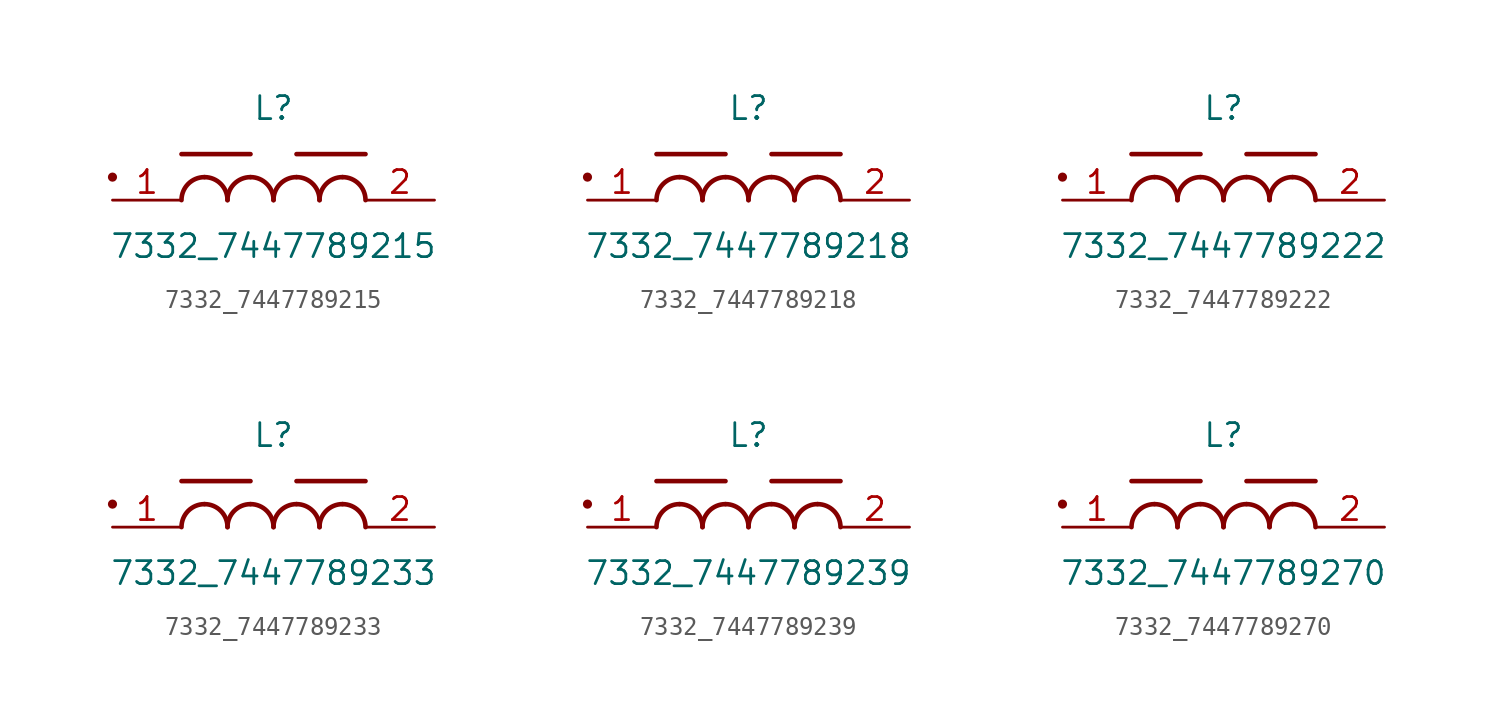
<source format=kicad_sym>
(kicad_symbol_lib
  (version 20211014)
  (generator kicad_symbol_editor)
  (symbol "Inductor_Wurth_WE-PD:7332_7447789215"
    (pin_names hide)
    (property "Reference" "L"
      (at 0 5.08 0)
      (effects (font (size 1.27 1.27))))
    (property "Value" "7332_7447789215"
      (at 0 -2.54 0)
      (effects (font (size 1.27 1.27))))
    (symbol "7332_7447789215_0_1"
      (circle (center -8.89 1.27) (radius 0.0001) (stroke (width 0.254)) (stroke (width 0.254) (type default) (color 0 0 0 0)) (fill (type none)))
      (arc (start -3.81 1.27) (mid -4.708 0.898) (end -5.08 0) (stroke (width 0.254) (type default) (color 0 0 0 0)) (fill (type none)))
      (arc (start -2.54 0) (mid -2.912 0.898) (end -3.81 1.27) (stroke (width 0.254) (type default) (color 0 0 0 0)) (fill (type none)))
      (arc (start -1.2699 1.2701) (mid -2.1679 0.8981) (end -2.5399 0.0001) (stroke (width 0.254) (type default) (color 0 0 0 0)) (fill (type none)))
      (polyline (pts (xy -5.08 2.54) (xy -1.27 2.54)) (stroke (width 0.254) (type default) (color 0 0 0 0)) (fill (type none)))
      (polyline (pts (xy 5.08 2.54) (xy 1.27 2.54)) (stroke (width 0.254) (type default) (color 0 0 0 0)) (fill (type none)))
      (arc (start 0.0001 0.0001) (mid -0.3719 0.8981) (end -1.2699 1.2701) (stroke (width 0.254) (type default) (color 0 0 0 0)) (fill (type none)))
      (arc (start 1.2701 1.2701) (mid 0.3721 0.8981) (end 0.0001 0.0001) (stroke (width 0.254) (type default) (color 0 0 0 0)) (fill (type none)))
      (arc (start 2.5401 0.0001) (mid 2.1681 0.8981) (end 1.2701 1.2701) (stroke (width 0.254) (type default) (color 0 0 0 0)) (fill (type none)))
      (arc (start 3.8101 1.2701) (mid 2.9121 0.8981) (end 2.5401 0.0001) (stroke (width 0.254) (type default) (color 0 0 0 0)) (fill (type none)))
      (arc (start 5.0801 0.0001) (mid 4.7081 0.8981) (end 3.8101 1.2701) (stroke (width 0.254) (type default) (color 0 0 0 0)) (fill (type none))))
    (symbol "7332_7447789215_1_1"
      (pin passive line (at -8.89 0 0) (length 3.81) (name "1" (effects (font (size 1.27 1.27)))) (number "1" (effects (font (size 1.27 1.27)))))
      (pin passive line (at 8.89 0 180) (length 3.81) (name "2" (effects (font (size 1.27 1.27)))) (number "2" (effects (font (size 1.27 1.27)))))))
  (symbol "Inductor_Wurth_WE-PD:7332_7447789218"
    (pin_names hide)
    (property "Reference" "L"
      (at 0 5.08 0)
      (effects (font (size 1.27 1.27))))
    (property "Value" "7332_7447789218"
      (at 0 -2.54 0)
      (effects (font (size 1.27 1.27))))
    (symbol "7332_7447789218_0_1"
      (circle (center -8.89 1.27) (radius 0.0001) (stroke (width 0.254)) (stroke (width 0.254) (type default) (color 0 0 0 0)) (fill (type none)))
      (arc (start -3.81 1.27) (mid -4.708 0.898) (end -5.08 0) (stroke (width 0.254) (type default) (color 0 0 0 0)) (fill (type none)))
      (arc (start -2.54 0) (mid -2.912 0.898) (end -3.81 1.27) (stroke (width 0.254) (type default) (color 0 0 0 0)) (fill (type none)))
      (arc (start -1.2699 1.2701) (mid -2.1679 0.8981) (end -2.5399 0.0001) (stroke (width 0.254) (type default) (color 0 0 0 0)) (fill (type none)))
      (polyline (pts (xy -5.08 2.54) (xy -1.27 2.54)) (stroke (width 0.254) (type default) (color 0 0 0 0)) (fill (type none)))
      (polyline (pts (xy 5.08 2.54) (xy 1.27 2.54)) (stroke (width 0.254) (type default) (color 0 0 0 0)) (fill (type none)))
      (arc (start 0.0001 0.0001) (mid -0.3719 0.8981) (end -1.2699 1.2701) (stroke (width 0.254) (type default) (color 0 0 0 0)) (fill (type none)))
      (arc (start 1.2701 1.2701) (mid 0.3721 0.8981) (end 0.0001 0.0001) (stroke (width 0.254) (type default) (color 0 0 0 0)) (fill (type none)))
      (arc (start 2.5401 0.0001) (mid 2.1681 0.8981) (end 1.2701 1.2701) (stroke (width 0.254) (type default) (color 0 0 0 0)) (fill (type none)))
      (arc (start 3.8101 1.2701) (mid 2.9121 0.8981) (end 2.5401 0.0001) (stroke (width 0.254) (type default) (color 0 0 0 0)) (fill (type none)))
      (arc (start 5.0801 0.0001) (mid 4.7081 0.8981) (end 3.8101 1.2701) (stroke (width 0.254) (type default) (color 0 0 0 0)) (fill (type none))))
    (symbol "7332_7447789218_1_1"
      (pin passive line (at -8.89 0 0) (length 3.81) (name "1" (effects (font (size 1.27 1.27)))) (number "1" (effects (font (size 1.27 1.27)))))
      (pin passive line (at 8.89 0 180) (length 3.81) (name "2" (effects (font (size 1.27 1.27)))) (number "2" (effects (font (size 1.27 1.27)))))))
  (symbol "Inductor_Wurth_WE-PD:7332_7447789222"
    (pin_names hide)
    (property "Reference" "L"
      (at 0 5.08 0)
      (effects (font (size 1.27 1.27))))
    (property "Value" "7332_7447789222"
      (at 0 -2.54 0)
      (effects (font (size 1.27 1.27))))
    (symbol "7332_7447789222_0_1"
      (circle (center -8.89 1.27) (radius 0.0001) (stroke (width 0.254)) (stroke (width 0.254) (type default) (color 0 0 0 0)) (fill (type none)))
      (arc (start -3.81 1.27) (mid -4.708 0.898) (end -5.08 0) (stroke (width 0.254) (type default) (color 0 0 0 0)) (fill (type none)))
      (arc (start -2.54 0) (mid -2.912 0.898) (end -3.81 1.27) (stroke (width 0.254) (type default) (color 0 0 0 0)) (fill (type none)))
      (arc (start -1.2699 1.2701) (mid -2.1679 0.8981) (end -2.5399 0.0001) (stroke (width 0.254) (type default) (color 0 0 0 0)) (fill (type none)))
      (polyline (pts (xy -5.08 2.54) (xy -1.27 2.54)) (stroke (width 0.254) (type default) (color 0 0 0 0)) (fill (type none)))
      (polyline (pts (xy 5.08 2.54) (xy 1.27 2.54)) (stroke (width 0.254) (type default) (color 0 0 0 0)) (fill (type none)))
      (arc (start 0.0001 0.0001) (mid -0.3719 0.8981) (end -1.2699 1.2701) (stroke (width 0.254) (type default) (color 0 0 0 0)) (fill (type none)))
      (arc (start 1.2701 1.2701) (mid 0.3721 0.8981) (end 0.0001 0.0001) (stroke (width 0.254) (type default) (color 0 0 0 0)) (fill (type none)))
      (arc (start 2.5401 0.0001) (mid 2.1681 0.8981) (end 1.2701 1.2701) (stroke (width 0.254) (type default) (color 0 0 0 0)) (fill (type none)))
      (arc (start 3.8101 1.2701) (mid 2.9121 0.8981) (end 2.5401 0.0001) (stroke (width 0.254) (type default) (color 0 0 0 0)) (fill (type none)))
      (arc (start 5.0801 0.0001) (mid 4.7081 0.8981) (end 3.8101 1.2701) (stroke (width 0.254) (type default) (color 0 0 0 0)) (fill (type none))))
    (symbol "7332_7447789222_1_1"
      (pin passive line (at -8.89 0 0) (length 3.81) (name "1" (effects (font (size 1.27 1.27)))) (number "1" (effects (font (size 1.27 1.27)))))
      (pin passive line (at 8.89 0 180) (length 3.81) (name "2" (effects (font (size 1.27 1.27)))) (number "2" (effects (font (size 1.27 1.27)))))))
  (symbol "Inductor_Wurth_WE-PD:7332_7447789233"
    (pin_names hide)
    (property "Reference" "L"
      (at 0 5.08 0)
      (effects (font (size 1.27 1.27))))
    (property "Value" "7332_7447789233"
      (at 0 -2.54 0)
      (effects (font (size 1.27 1.27))))
    (symbol "7332_7447789233_0_1"
      (circle (center -8.89 1.27) (radius 0.0001) (stroke (width 0.254)) (stroke (width 0.254) (type default) (color 0 0 0 0)) (fill (type none)))
      (arc (start -3.81 1.27) (mid -4.708 0.898) (end -5.08 0) (stroke (width 0.254) (type default) (color 0 0 0 0)) (fill (type none)))
      (arc (start -2.54 0) (mid -2.912 0.898) (end -3.81 1.27) (stroke (width 0.254) (type default) (color 0 0 0 0)) (fill (type none)))
      (arc (start -1.2699 1.2701) (mid -2.1679 0.8981) (end -2.5399 0.0001) (stroke (width 0.254) (type default) (color 0 0 0 0)) (fill (type none)))
      (polyline (pts (xy -5.08 2.54) (xy -1.27 2.54)) (stroke (width 0.254) (type default) (color 0 0 0 0)) (fill (type none)))
      (polyline (pts (xy 5.08 2.54) (xy 1.27 2.54)) (stroke (width 0.254) (type default) (color 0 0 0 0)) (fill (type none)))
      (arc (start 0.0001 0.0001) (mid -0.3719 0.8981) (end -1.2699 1.2701) (stroke (width 0.254) (type default) (color 0 0 0 0)) (fill (type none)))
      (arc (start 1.2701 1.2701) (mid 0.3721 0.8981) (end 0.0001 0.0001) (stroke (width 0.254) (type default) (color 0 0 0 0)) (fill (type none)))
      (arc (start 2.5401 0.0001) (mid 2.1681 0.8981) (end 1.2701 1.2701) (stroke (width 0.254) (type default) (color 0 0 0 0)) (fill (type none)))
      (arc (start 3.8101 1.2701) (mid 2.9121 0.8981) (end 2.5401 0.0001) (stroke (width 0.254) (type default) (color 0 0 0 0)) (fill (type none)))
      (arc (start 5.0801 0.0001) (mid 4.7081 0.8981) (end 3.8101 1.2701) (stroke (width 0.254) (type default) (color 0 0 0 0)) (fill (type none))))
    (symbol "7332_7447789233_1_1"
      (pin passive line (at -8.89 0 0) (length 3.81) (name "1" (effects (font (size 1.27 1.27)))) (number "1" (effects (font (size 1.27 1.27)))))
      (pin passive line (at 8.89 0 180) (length 3.81) (name "2" (effects (font (size 1.27 1.27)))) (number "2" (effects (font (size 1.27 1.27)))))))
  (symbol "Inductor_Wurth_WE-PD:7332_7447789239"
    (pin_names hide)
    (property "Reference" "L"
      (at 0 5.08 0)
      (effects (font (size 1.27 1.27))))
    (property "Value" "7332_7447789239"
      (at 0 -2.54 0)
      (effects (font (size 1.27 1.27))))
    (symbol "7332_7447789239_0_1"
      (circle (center -8.89 1.27) (radius 0.0001) (stroke (width 0.254)) (stroke (width 0.254) (type default) (color 0 0 0 0)) (fill (type none)))
      (arc (start -3.81 1.27) (mid -4.708 0.898) (end -5.08 0) (stroke (width 0.254) (type default) (color 0 0 0 0)) (fill (type none)))
      (arc (start -2.54 0) (mid -2.912 0.898) (end -3.81 1.27) (stroke (width 0.254) (type default) (color 0 0 0 0)) (fill (type none)))
      (arc (start -1.2699 1.2701) (mid -2.1679 0.8981) (end -2.5399 0.0001) (stroke (width 0.254) (type default) (color 0 0 0 0)) (fill (type none)))
      (polyline (pts (xy -5.08 2.54) (xy -1.27 2.54)) (stroke (width 0.254) (type default) (color 0 0 0 0)) (fill (type none)))
      (polyline (pts (xy 5.08 2.54) (xy 1.27 2.54)) (stroke (width 0.254) (type default) (color 0 0 0 0)) (fill (type none)))
      (arc (start 0.0001 0.0001) (mid -0.3719 0.8981) (end -1.2699 1.2701) (stroke (width 0.254) (type default) (color 0 0 0 0)) (fill (type none)))
      (arc (start 1.2701 1.2701) (mid 0.3721 0.8981) (end 0.0001 0.0001) (stroke (width 0.254) (type default) (color 0 0 0 0)) (fill (type none)))
      (arc (start 2.5401 0.0001) (mid 2.1681 0.8981) (end 1.2701 1.2701) (stroke (width 0.254) (type default) (color 0 0 0 0)) (fill (type none)))
      (arc (start 3.8101 1.2701) (mid 2.9121 0.8981) (end 2.5401 0.0001) (stroke (width 0.254) (type default) (color 0 0 0 0)) (fill (type none)))
      (arc (start 5.0801 0.0001) (mid 4.7081 0.8981) (end 3.8101 1.2701) (stroke (width 0.254) (type default) (color 0 0 0 0)) (fill (type none))))
    (symbol "7332_7447789239_1_1"
      (pin passive line (at -8.89 0 0) (length 3.81) (name "1" (effects (font (size 1.27 1.27)))) (number "1" (effects (font (size 1.27 1.27)))))
      (pin passive line (at 8.89 0 180) (length 3.81) (name "2" (effects (font (size 1.27 1.27)))) (number "2" (effects (font (size 1.27 1.27)))))))
  (symbol "Inductor_Wurth_WE-PD:7332_7447789270"
    (pin_names hide)
    (property "Reference" "L"
      (at 0 5.08 0)
      (effects (font (size 1.27 1.27))))
    (property "Value" "7332_7447789270"
      (at 0 -2.54 0)
      (effects (font (size 1.27 1.27))))
    (symbol "7332_7447789270_0_1"
      (circle (center -8.89 1.27) (radius 0.0001) (stroke (width 0.254)) (stroke (width 0.254) (type default) (color 0 0 0 0)) (fill (type none)))
      (arc (start -3.81 1.27) (mid -4.708 0.898) (end -5.08 0) (stroke (width 0.254) (type default) (color 0 0 0 0)) (fill (type none)))
      (arc (start -2.54 0) (mid -2.912 0.898) (end -3.81 1.27) (stroke (width 0.254) (type default) (color 0 0 0 0)) (fill (type none)))
      (arc (start -1.2699 1.2701) (mid -2.1679 0.8981) (end -2.5399 0.0001) (stroke (width 0.254) (type default) (color 0 0 0 0)) (fill (type none)))
      (polyline (pts (xy -5.08 2.54) (xy -1.27 2.54)) (stroke (width 0.254) (type default) (color 0 0 0 0)) (fill (type none)))
      (polyline (pts (xy 5.08 2.54) (xy 1.27 2.54)) (stroke (width 0.254) (type default) (color 0 0 0 0)) (fill (type none)))
      (arc (start 0.0001 0.0001) (mid -0.3719 0.8981) (end -1.2699 1.2701) (stroke (width 0.254) (type default) (color 0 0 0 0)) (fill (type none)))
      (arc (start 1.2701 1.2701) (mid 0.3721 0.8981) (end 0.0001 0.0001) (stroke (width 0.254) (type default) (color 0 0 0 0)) (fill (type none)))
      (arc (start 2.5401 0.0001) (mid 2.1681 0.8981) (end 1.2701 1.2701) (stroke (width 0.254) (type default) (color 0 0 0 0)) (fill (type none)))
      (arc (start 3.8101 1.2701) (mid 2.9121 0.8981) (end 2.5401 0.0001) (stroke (width 0.254) (type default) (color 0 0 0 0)) (fill (type none)))
      (arc (start 5.0801 0.0001) (mid 4.7081 0.8981) (end 3.8101 1.2701) (stroke (width 0.254) (type default) (color 0 0 0 0)) (fill (type none))))
    (symbol "7332_7447789270_1_1"
      (pin passive line (at -8.89 0 0) (length 3.81) (name "1" (effects (font (size 1.27 1.27)))) (number "1" (effects (font (size 1.27 1.27)))))
      (pin passive line (at 8.89 0 180) (length 3.81) (name "2" (effects (font (size 1.27 1.27)))) (number "2" (effects (font (size 1.27 1.27))))))))
</source>
